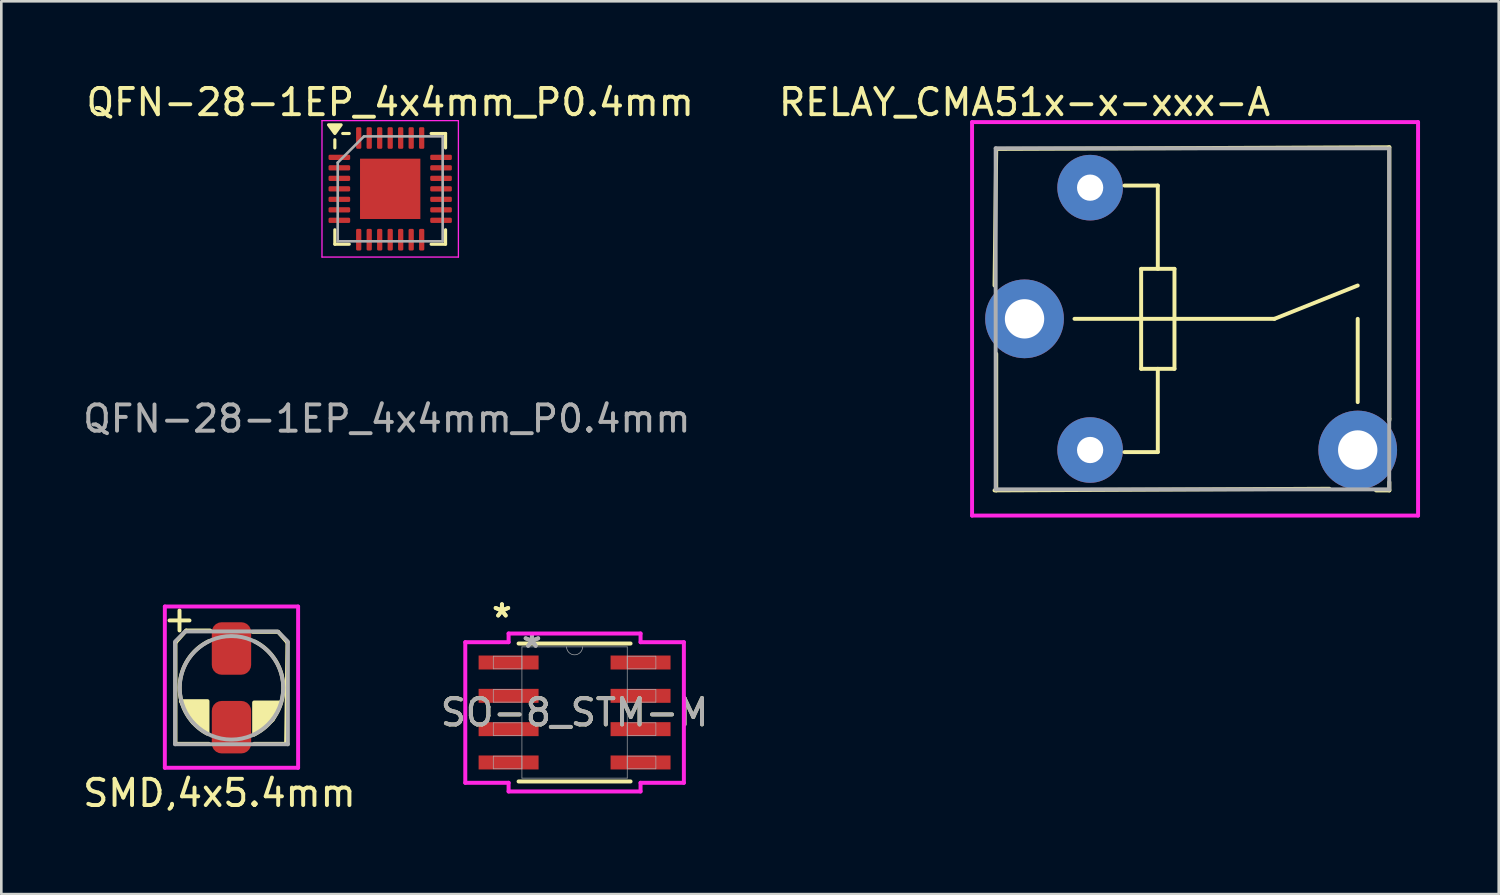
<source format=kicad_pcb>
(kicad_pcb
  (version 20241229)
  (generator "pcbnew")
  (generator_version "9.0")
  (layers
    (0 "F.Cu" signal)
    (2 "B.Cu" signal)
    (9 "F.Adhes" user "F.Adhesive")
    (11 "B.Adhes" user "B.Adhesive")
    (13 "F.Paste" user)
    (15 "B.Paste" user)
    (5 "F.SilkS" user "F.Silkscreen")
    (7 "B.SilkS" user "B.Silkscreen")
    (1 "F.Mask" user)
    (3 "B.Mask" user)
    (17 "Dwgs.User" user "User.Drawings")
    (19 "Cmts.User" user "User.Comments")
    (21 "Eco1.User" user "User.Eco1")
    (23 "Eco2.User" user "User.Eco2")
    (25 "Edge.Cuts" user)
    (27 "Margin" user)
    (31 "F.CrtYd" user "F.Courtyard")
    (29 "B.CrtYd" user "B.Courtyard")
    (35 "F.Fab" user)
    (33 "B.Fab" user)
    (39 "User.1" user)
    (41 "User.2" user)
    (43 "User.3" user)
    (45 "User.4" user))
  (footprint "SO-8_STM-M"
    (layer "F.Cu")
    (at 18.851 24.108)
    (property "Reference" "SO-8_STM-M" (at 0 0 0) (unlocked yes) (layer "F.SilkS") (effects (font (size 1 1) (thickness 0.15))))
    (attr smd)
    (fp_line (start -2.134 2.629) (end 2.134 2.629) (stroke (width 0.152) (type solid)) (layer "F.SilkS"))
    (fp_line (start 2.134 -2.629) (end -2.134 -2.629) (stroke (width 0.152) (type solid)) (layer "F.SilkS"))
    (fp_line (start -4.166 -2.68) (end -2.515 -2.68) (stroke (width 0.152) (type solid)) (layer "F.CrtYd"))
    (fp_line (start -4.166 2.68) (end -4.166 -2.68) (stroke (width 0.152) (type solid)) (layer "F.CrtYd"))
    (fp_line (start -4.166 2.68) (end -2.515 2.68) (stroke (width 0.152) (type solid)) (layer "F.CrtYd"))
    (fp_line (start -2.515 -3.01) (end 2.515 -3.01) (stroke (width 0.152) (type solid)) (layer "F.CrtYd"))
    (fp_line (start -2.515 -2.68) (end -2.515 -3.01) (stroke (width 0.152) (type solid)) (layer "F.CrtYd"))
    (fp_line (start -2.515 3.01) (end -2.515 2.68) (stroke (width 0.152) (type solid)) (layer "F.CrtYd"))
    (fp_line (start 2.515 -3.01) (end 2.515 -2.68) (stroke (width 0.152) (type solid)) (layer "F.CrtYd"))
    (fp_line (start 2.515 2.68) (end 2.515 3.01) (stroke (width 0.152) (type solid)) (layer "F.CrtYd"))
    (fp_line (start 2.515 3.01) (end -2.515 3.01) (stroke (width 0.152) (type solid)) (layer "F.CrtYd"))
    (fp_line (start 4.166 -2.68) (end 2.515 -2.68) (stroke (width 0.152) (type solid)) (layer "F.CrtYd"))
    (fp_line (start 4.166 -2.68) (end 4.166 2.68) (stroke (width 0.152) (type solid)) (layer "F.CrtYd"))
    (fp_line (start 4.166 2.68) (end 2.515 2.68) (stroke (width 0.152) (type solid)) (layer "F.CrtYd"))
    (fp_line (start -3.099 -2.146) (end -3.099 -1.664) (stroke (width 0.025) (type solid)) (layer "F.Fab"))
    (fp_line (start -3.099 -1.664) (end -2.007 -1.664) (stroke (width 0.025) (type solid)) (layer "F.Fab"))
    (fp_line (start -3.099 -0.876) (end -3.099 -0.394) (stroke (width 0.025) (type solid)) (layer "F.Fab"))
    (fp_line (start -3.099 -0.394) (end -2.007 -0.394) (stroke (width 0.025) (type solid)) (layer "F.Fab"))
    (fp_line (start -3.099 0.394) (end -3.099 0.876) (stroke (width 0.025) (type solid)) (layer "F.Fab"))
    (fp_line (start -3.099 0.876) (end -2.007 0.876) (stroke (width 0.025) (type solid)) (layer "F.Fab"))
    (fp_line (start -3.099 1.664) (end -3.099 2.146) (stroke (width 0.025) (type solid)) (layer "F.Fab"))
    (fp_line (start -3.099 2.146) (end -2.007 2.146) (stroke (width 0.025) (type solid)) (layer "F.Fab"))
    (fp_line (start -2.007 -2.502) (end -2.007 2.502) (stroke (width 0.025) (type solid)) (layer "F.Fab"))
    (fp_line (start -2.007 -2.146) (end -3.099 -2.146) (stroke (width 0.025) (type solid)) (layer "F.Fab"))
    (fp_line (start -2.007 -1.664) (end -2.007 -2.146) (stroke (width 0.025) (type solid)) (layer "F.Fab"))
    (fp_line (start -2.007 -0.876) (end -3.099 -0.876) (stroke (width 0.025) (type solid)) (layer "F.Fab"))
    (fp_line (start -2.007 -0.394) (end -2.007 -0.876) (stroke (width 0.025) (type solid)) (layer "F.Fab"))
    (fp_line (start -2.007 0.394) (end -3.099 0.394) (stroke (width 0.025) (type solid)) (layer "F.Fab"))
    (fp_line (start -2.007 0.876) (end -2.007 0.394) (stroke (width 0.025) (type solid)) (layer "F.Fab"))
    (fp_line (start -2.007 1.664) (end -3.099 1.664) (stroke (width 0.025) (type solid)) (layer "F.Fab"))
    (fp_line (start -2.007 2.146) (end -2.007 1.664) (stroke (width 0.025) (type solid)) (layer "F.Fab"))
    (fp_line (start -2.007 2.502) (end 2.007 2.502) (stroke (width 0.025) (type solid)) (layer "F.Fab"))
    (fp_line (start 2.007 -2.502) (end -2.007 -2.502) (stroke (width 0.025) (type solid)) (layer "F.Fab"))
    (fp_line (start 2.007 -2.146) (end 2.007 -1.664) (stroke (width 0.025) (type solid)) (layer "F.Fab"))
    (fp_line (start 2.007 -1.664) (end 3.099 -1.664) (stroke (width 0.025) (type solid)) (layer "F.Fab"))
    (fp_line (start 2.007 -0.876) (end 2.007 -0.394) (stroke (width 0.025) (type solid)) (layer "F.Fab"))
    (fp_line (start 2.007 -0.394) (end 3.099 -0.394) (stroke (width 0.025) (type solid)) (layer "F.Fab"))
    (fp_line (start 2.007 0.394) (end 2.007 0.876) (stroke (width 0.025) (type solid)) (layer "F.Fab"))
    (fp_line (start 2.007 0.876) (end 3.099 0.876) (stroke (width 0.025) (type solid)) (layer "F.Fab"))
    (fp_line (start 2.007 1.664) (end 2.007 2.146) (stroke (width 0.025) (type solid)) (layer "F.Fab"))
    (fp_line (start 2.007 2.146) (end 3.099 2.146) (stroke (width 0.025) (type solid)) (layer "F.Fab"))
    (fp_line (start 2.007 2.502) (end 2.007 -2.502) (stroke (width 0.025) (type solid)) (layer "F.Fab"))
    (fp_line (start 3.099 -2.146) (end 2.007 -2.146) (stroke (width 0.025) (type solid)) (layer "F.Fab"))
    (fp_line (start 3.099 -1.664) (end 3.099 -2.146) (stroke (width 0.025) (type solid)) (layer "F.Fab"))
    (fp_line (start 3.099 -0.876) (end 2.007 -0.876) (stroke (width 0.025) (type solid)) (layer "F.Fab"))
    (fp_line (start 3.099 -0.394) (end 3.099 -0.876) (stroke (width 0.025) (type solid)) (layer "F.Fab"))
    (fp_line (start 3.099 0.394) (end 2.007 0.394) (stroke (width 0.025) (type solid)) (layer "F.Fab"))
    (fp_line (start 3.099 0.876) (end 3.099 0.394) (stroke (width 0.025) (type solid)) (layer "F.Fab"))
    (fp_line (start 3.099 1.664) (end 2.007 1.664) (stroke (width 0.025) (type solid)) (layer "F.Fab"))
    (fp_line (start 3.099 2.146) (end 3.099 1.664) (stroke (width 0.025) (type solid)) (layer "F.Fab"))
    (fp_arc (start 0.3048 -2.5019) (mid 0 -2.1971) (end -0.3048 -2.5019) (stroke (width 0.0254) (type solid)) (layer "F.Fab"))
    (fp_text user "*" (at -2.769 -3.581 0) (unlocked yes) (layer "F.SilkS") (effects (font (size 1 1) (thickness 0.15))))
    (fp_text user "*" (at -2.769 -3.581 0) (layer "F.SilkS") (effects (font (size 1 1) (thickness 0.15))))
    (fp_text user "${REFERENCE}" (at 0 0 0) (unlocked yes) (layer "F.Fab") (effects (font (size 1 1) (thickness 0.15))))
    (fp_text user "*" (at -1.626 -2.426 0) (layer "F.Fab") (effects (font (size 1 1) (thickness 0.15))))
    (fp_text user "*" (at -1.626 -2.426 0) (unlocked yes) (layer "F.Fab") (effects (font (size 1 1) (thickness 0.15))))
    (pad "1" smd rect (at -2.515 -1.905) (size 2.286 0.533) (layers "F.Cu" "F.Mask" "F.Paste"))
    (pad "2" smd rect (at -2.515 -0.635) (size 2.286 0.533) (layers "F.Cu" "F.Mask" "F.Paste"))
    (pad "3" smd rect (at -2.515 0.635) (size 2.286 0.533) (layers "F.Cu" "F.Mask" "F.Paste"))
    (pad "4" smd rect (at -2.515 1.905) (size 2.286 0.533) (layers "F.Cu" "F.Mask" "F.Paste"))
    (pad "5" smd rect (at 2.515 1.905) (size 2.286 0.533) (layers "F.Cu" "F.Mask" "F.Paste"))
    (pad "6" smd rect (at 2.515 0.635) (size 2.286 0.533) (layers "F.Cu" "F.Mask" "F.Paste"))
    (pad "7" smd rect (at 2.515 -0.635) (size 2.286 0.533) (layers "F.Cu" "F.Mask" "F.Paste"))
    (pad "8" smd rect (at 2.515 -1.905) (size 2.286 0.533) (layers "F.Cu" "F.Mask" "F.Paste")))
  (footprint "QFN-28-1EP_4x4mm_P0.4mm"
    (layer "F.Cu")
    (at 11.823 4.148)
    (property "Reference" "QFN-28-1EP_4x4mm_P0.4mm" (at 0 -3.3 0) (layer "F.SilkS") (effects (font (size 1 1) (thickness 0.15))))
    (attr smd)
    (fp_line (start -2.11 -1.56) (end -2.11 -1.87) (stroke (width 0.12) (type solid)) (layer "F.SilkS"))
    (fp_line (start -2.11 2.11) (end -2.11 1.56) (stroke (width 0.12) (type solid)) (layer "F.SilkS"))
    (fp_line (start -1.56 -2.11) (end -1.81 -2.11) (stroke (width 0.12) (type solid)) (layer "F.SilkS"))
    (fp_line (start -1.56 2.11) (end -2.11 2.11) (stroke (width 0.12) (type solid)) (layer "F.SilkS"))
    (fp_line (start 1.56 -2.11) (end 2.11 -2.11) (stroke (width 0.12) (type solid)) (layer "F.SilkS"))
    (fp_line (start 1.56 2.11) (end 2.11 2.11) (stroke (width 0.12) (type solid)) (layer "F.SilkS"))
    (fp_line (start 2.11 -2.11) (end 2.11 -1.56) (stroke (width 0.12) (type solid)) (layer "F.SilkS"))
    (fp_line (start 2.11 2.11) (end 2.11 1.56) (stroke (width 0.12) (type solid)) (layer "F.SilkS"))
    (fp_poly (pts (xy -2.11 -2.11) (xy -2.35 -2.44) (xy -1.87 -2.44) (xy -2.11 -2.11)) (stroke (width 0.12) (type solid)) (fill yes) (layer "F.SilkS"))
    (fp_line (start -2.6 -2.6) (end -2.6 2.6) (stroke (width 0.05) (type solid)) (layer "F.CrtYd"))
    (fp_line (start -2.6 2.6) (end 2.6 2.6) (stroke (width 0.05) (type solid)) (layer "F.CrtYd"))
    (fp_line (start 2.6 -2.6) (end -2.6 -2.6) (stroke (width 0.05) (type solid)) (layer "F.CrtYd"))
    (fp_line (start 2.6 2.6) (end 2.6 -2.6) (stroke (width 0.05) (type solid)) (layer "F.CrtYd"))
    (fp_line (start -2 -1) (end -1 -2) (stroke (width 0.1) (type solid)) (layer "F.Fab"))
    (fp_line (start -2 2) (end -2 -1) (stroke (width 0.1) (type solid)) (layer "F.Fab"))
    (fp_line (start -1 -2) (end 2 -2) (stroke (width 0.1) (type solid)) (layer "F.Fab"))
    (fp_line (start 2 -2) (end 2 2) (stroke (width 0.1) (type solid)) (layer "F.Fab"))
    (fp_line (start 2 2) (end -2 2) (stroke (width 0.1) (type solid)) (layer "F.Fab"))
    (fp_text user "${REFERENCE}" (at -0.127 8.763 0) (layer "F.Fab") (effects (font (size 1 1) (thickness 0.15))))
    (pad "" smd roundrect (at -0.575 -0.575) (size 0.93 0.93) (layers "F.Paste") (roundrect_rratio 0.25))
    (pad "" smd roundrect (at -0.575 0.575) (size 0.93 0.93) (layers "F.Paste") (roundrect_rratio 0.25))
    (pad "" smd roundrect (at 0.575 -0.575) (size 0.93 0.93) (layers "F.Paste") (roundrect_rratio 0.25))
    (pad "" smd roundrect (at 0.575 0.575) (size 0.93 0.93) (layers "F.Paste") (roundrect_rratio 0.25))
    (pad "0" smd rect (at 0 0) (size 2.3 2.3) (property pad_prop_heatsink) (layers "F.Cu" "F.Mask"))
    (pad "1" smd roundrect (at -1.938 -1.2) (size 0.825 0.2) (layers "F.Cu" "F.Mask" "F.Paste") (roundrect_rratio 0.25))
    (pad "2" smd roundrect (at -1.938 -0.8) (size 0.825 0.2) (layers "F.Cu" "F.Mask" "F.Paste") (roundrect_rratio 0.25))
    (pad "3" smd roundrect (at -1.938 -0.4) (size 0.825 0.2) (layers "F.Cu" "F.Mask" "F.Paste") (roundrect_rratio 0.25))
    (pad "4" smd roundrect (at -1.938 0) (size 0.825 0.2) (layers "F.Cu" "F.Mask" "F.Paste") (roundrect_rratio 0.25))
    (pad "5" smd roundrect (at -1.938 0.4) (size 0.825 0.2) (layers "F.Cu" "F.Mask" "F.Paste") (roundrect_rratio 0.25))
    (pad "6" smd roundrect (at -1.938 0.8) (size 0.825 0.2) (layers "F.Cu" "F.Mask" "F.Paste") (roundrect_rratio 0.25))
    (pad "7" smd roundrect (at -1.938 1.2) (size 0.825 0.2) (layers "F.Cu" "F.Mask" "F.Paste") (roundrect_rratio 0.25))
    (pad "8" smd roundrect (at -1.2 1.938) (size 0.2 0.825) (layers "F.Cu" "F.Mask" "F.Paste") (roundrect_rratio 0.25))
    (pad "9" smd roundrect (at -0.8 1.938) (size 0.2 0.825) (layers "F.Cu" "F.Mask" "F.Paste") (roundrect_rratio 0.25))
    (pad "10" smd roundrect (at -0.4 1.938) (size 0.2 0.825) (layers "F.Cu" "F.Mask" "F.Paste") (roundrect_rratio 0.25))
    (pad "11" smd roundrect (at 0 1.938) (size 0.2 0.825) (layers "F.Cu" "F.Mask" "F.Paste") (roundrect_rratio 0.25))
    (pad "12" smd roundrect (at 0.4 1.938) (size 0.2 0.825) (layers "F.Cu" "F.Mask" "F.Paste") (roundrect_rratio 0.25))
    (pad "13" smd roundrect (at 0.8 1.938) (size 0.2 0.825) (layers "F.Cu" "F.Mask" "F.Paste") (roundrect_rratio 0.25))
    (pad "14" smd roundrect (at 1.2 1.938) (size 0.2 0.825) (layers "F.Cu" "F.Mask" "F.Paste") (roundrect_rratio 0.25))
    (pad "15" smd roundrect (at 1.938 1.2) (size 0.825 0.2) (layers "F.Cu" "F.Mask" "F.Paste") (roundrect_rratio 0.25))
    (pad "16" smd roundrect (at 1.938 0.8) (size 0.825 0.2) (layers "F.Cu" "F.Mask" "F.Paste") (roundrect_rratio 0.25))
    (pad "17" smd roundrect (at 1.938 0.4) (size 0.825 0.2) (layers "F.Cu" "F.Mask" "F.Paste") (roundrect_rratio 0.25))
    (pad "18" smd roundrect (at 1.938 0) (size 0.825 0.2) (layers "F.Cu" "F.Mask" "F.Paste") (roundrect_rratio 0.25))
    (pad "19" smd roundrect (at 1.938 -0.4) (size 0.825 0.2) (layers "F.Cu" "F.Mask" "F.Paste") (roundrect_rratio 0.25))
    (pad "20" smd roundrect (at 1.938 -0.8) (size 0.825 0.2) (layers "F.Cu" "F.Mask" "F.Paste") (roundrect_rratio 0.25))
    (pad "21" smd roundrect (at 1.938 -1.2) (size 0.825 0.2) (layers "F.Cu" "F.Mask" "F.Paste") (roundrect_rratio 0.25))
    (pad "22" smd roundrect (at 1.2 -1.938) (size 0.2 0.825) (layers "F.Cu" "F.Mask" "F.Paste") (roundrect_rratio 0.25))
    (pad "23" smd roundrect (at 0.8 -1.938) (size 0.2 0.825) (layers "F.Cu" "F.Mask" "F.Paste") (roundrect_rratio 0.25))
    (pad "24" smd roundrect (at 0.4 -1.938) (size 0.2 0.825) (layers "F.Cu" "F.Mask" "F.Paste") (roundrect_rratio 0.25))
    (pad "25" smd roundrect (at 0 -1.938) (size 0.2 0.825) (layers "F.Cu" "F.Mask" "F.Paste") (roundrect_rratio 0.25))
    (pad "26" smd roundrect (at -0.4 -1.938) (size 0.2 0.825) (layers "F.Cu" "F.Mask" "F.Paste") (roundrect_rratio 0.25))
    (pad "27" smd roundrect (at -0.8 -1.938) (size 0.2 0.825) (layers "F.Cu" "F.Mask" "F.Paste") (roundrect_rratio 0.25))
    (pad "28" smd roundrect (at -1.2 -1.938) (size 0.2 0.825) (layers "F.Cu" "F.Mask" "F.Paste") (roundrect_rratio 0.25)))
  (footprint "SMD,4x5.4mm"
    (layer "F.Cu")
    (at 5.773 23.168)
    (property "Reference" "SMD,4x5.4mm" (at -0.457 4.013 0) (layer "F.SilkS") (effects (font (size 1 1) (thickness 0.15))))
    (attr through_hole)
    (fp_line (start -2.134 -1.727) (end -2.134 2.134) (stroke (width 0.15) (type solid)) (layer "F.SilkS"))
    (fp_line (start -2.134 2.134) (end -0.864 2.134) (stroke (width 0.15) (type solid)) (layer "F.SilkS"))
    (fp_line (start -1.727 -2.184) (end -2.134 -1.727) (stroke (width 0.15) (type solid)) (layer "F.SilkS"))
    (fp_line (start -0.813 -2.184) (end -1.727 -2.184) (stroke (width 0.15) (type solid)) (layer "F.SilkS"))
    (fp_line (start 0.813 -2.134) (end 1.778 -2.134) (stroke (width 0.15) (type solid)) (layer "F.SilkS"))
    (fp_line (start 1.778 -2.134) (end 2.134 -1.727) (stroke (width 0.15) (type solid)) (layer "F.SilkS"))
    (fp_line (start 2.083 2.134) (end 0.864 2.134) (stroke (width 0.15) (type solid)) (layer "F.SilkS"))
    (fp_line (start 2.134 -1.727) (end 2.083 2.134) (stroke (width 0.15) (type solid)) (layer "F.SilkS"))
    (fp_arc (start -0.924843 1.746925) (mid -1.976336 -0.034338) (end -0.863599 -1.777999) (stroke (width 0.15) (type solid)) (layer "F.SilkS"))
    (fp_arc (start 0.883978 -1.767955) (mid 1.976601 0.01136) (end 0.863599 1.777999) (stroke (width 0.15) (type solid)) (layer "F.SilkS"))
    (fp_poly (pts (xy -0.914 1.727) (xy -0.914 0.508) (xy -1.93 0.508) (xy -1.473 1.321)) (stroke (width 0.15) (type solid)) (fill yes) (layer "F.SilkS"))
    (fp_poly (pts (xy 0.864 1.778) (xy 0.864 0.559) (xy 1.88 0.559) (xy 1.575 1.219)) (stroke (width 0.15) (type solid)) (fill yes) (layer "F.SilkS"))
    (fp_line (start -2.54 -3.099) (end 2.54 -3.099) (stroke (width 0.15) (type solid)) (layer "F.CrtYd"))
    (fp_line (start -2.54 3.048) (end -2.54 -3.099) (stroke (width 0.15) (type solid)) (layer "F.CrtYd"))
    (fp_line (start 2.54 -3.099) (end 2.54 3.048) (stroke (width 0.15) (type solid)) (layer "F.CrtYd"))
    (fp_line (start 2.54 3.048) (end -2.54 3.048) (stroke (width 0.15) (type solid)) (layer "F.CrtYd"))
    (fp_line (start -2.15 -1.75) (end -2.15 2.15) (stroke (width 0.15) (type solid)) (layer "F.Fab"))
    (fp_line (start -2.15 2.15) (end 2.15 2.15) (stroke (width 0.15) (type solid)) (layer "F.Fab"))
    (fp_line (start -2.134 -1.778) (end -1.778 -2.134) (stroke (width 0.15) (type solid)) (layer "F.Fab"))
    (fp_line (start -1.75 -2.15) (end 1.75 -2.15) (stroke (width 0.15) (type solid)) (layer "F.Fab"))
    (fp_line (start 2.134 -1.778) (end 1.778 -2.134) (stroke (width 0.15) (type solid)) (layer "F.Fab"))
    (fp_line (start 2.15 -1.75) (end 2.15 2.15) (stroke (width 0.15) (type solid)) (layer "F.Fab"))
    (fp_circle (center 0 0) (end 1.973 0) (stroke (width 0.15) (type solid)) (fill no) (layer "F.Fab"))
    (fp_text user "+" (at -1.981 -2.642 0) (layer "F.SilkS") (effects (font (size 1 1) (thickness 0.15))))
    (pad "1" smd roundrect (at 0 -1.5) (size 1.5 2) (layers "F.Cu" "F.Mask" "F.Paste") (roundrect_rratio 0.25))
    (pad "2" smd roundrect (at 0 1.5) (size 1.5 2) (layers "F.Cu" "F.Mask" "F.Paste") (roundrect_rratio 0.25)))
  (footprint "RELAY_CMA51x-x-xxx-A"
    (layer "F.Cu")
    (at 36.002 9.103)
    (property "Reference" "RELAY_CMA51x-x-xxx-A" (at 0 -8.255 0) (layer "F.SilkS") (effects (font (size 1 1) (thickness 0.15))))
    (attr through_hole)
    (fp_line (start -1.143 -1.27) (end -1.079 -6.477) (stroke (width 0.15) (type solid)) (layer "F.SilkS"))
    (fp_line (start -1.143 6.54) (end 11.62 6.477) (stroke (width 0.15) (type solid)) (layer "F.SilkS"))
    (fp_line (start -1.079 -6.477) (end 13.906 -6.54) (stroke (width 0.15) (type solid)) (layer "F.SilkS"))
    (fp_line (start -1.079 6.54) (end -1.079 1.333) (stroke (width 0.15) (type solid)) (layer "F.SilkS"))
    (fp_line (start 1.905 0) (end 9.525 0) (stroke (width 0.15) (type solid)) (layer "F.SilkS"))
    (fp_line (start 3.81 -5.08) (end 5.08 -5.08) (stroke (width 0.15) (type solid)) (layer "F.SilkS"))
    (fp_line (start 3.81 5.08) (end 5.08 5.08) (stroke (width 0.15) (type solid)) (layer "F.SilkS"))
    (fp_line (start 4.445 -1.905) (end 5.715 -1.905) (stroke (width 0.15) (type solid)) (layer "F.SilkS"))
    (fp_line (start 4.445 1.905) (end 4.445 -1.905) (stroke (width 0.15) (type solid)) (layer "F.SilkS"))
    (fp_line (start 5.08 -5.08) (end 5.08 -1.905) (stroke (width 0.15) (type solid)) (layer "F.SilkS"))
    (fp_line (start 5.08 5.08) (end 5.08 1.905) (stroke (width 0.15) (type solid)) (layer "F.SilkS"))
    (fp_line (start 5.715 -1.905) (end 5.715 1.905) (stroke (width 0.15) (type solid)) (layer "F.SilkS"))
    (fp_line (start 5.715 1.905) (end 4.445 1.905) (stroke (width 0.15) (type solid)) (layer "F.SilkS"))
    (fp_line (start 9.525 0) (end 12.7 -1.27) (stroke (width 0.15) (type solid)) (layer "F.SilkS"))
    (fp_line (start 12.7 3.175) (end 12.7 0) (stroke (width 0.15) (type solid)) (layer "F.SilkS"))
    (fp_line (start 13.906 -6.54) (end 13.906 3.81) (stroke (width 0.15) (type solid)) (layer "F.SilkS"))
    (fp_line (start 13.906 3.81) (end 13.906 3.873) (stroke (width 0.15) (type solid)) (layer "F.SilkS"))
    (fp_line (start 13.906 6.223) (end 13.906 6.54) (stroke (width 0.15) (type solid)) (layer "F.SilkS"))
    (fp_line (start 13.906 6.54) (end 13.399 6.54) (stroke (width 0.15) (type solid)) (layer "F.SilkS"))
    (fp_line (start -2 -7.5) (end -2 7.5) (stroke (width 0.15) (type solid)) (layer "F.CrtYd"))
    (fp_line (start -2 -7.5) (end 15 -7.5) (stroke (width 0.15) (type solid)) (layer "F.CrtYd"))
    (fp_line (start 15 -7.5) (end 15 7.5) (stroke (width 0.15) (type solid)) (layer "F.CrtYd"))
    (fp_line (start 15 7.5) (end -2 7.5) (stroke (width 0.15) (type solid)) (layer "F.CrtYd"))
    (fp_line (start -1.1 -6.5) (end -1.1 6.5) (stroke (width 0.15) (type solid)) (layer "F.Fab"))
    (fp_line (start -1.1 -6.5) (end 13.8 -6.5) (stroke (width 0.15) (type solid)) (layer "F.Fab"))
    (fp_line (start -1.1 6.5) (end 13.9 6.5) (stroke (width 0.15) (type solid)) (layer "F.Fab"))
    (fp_line (start 13.9 -6.5) (end 13.9 6.5) (stroke (width 0.15) (type solid)) (layer "F.Fab"))
    (pad "1" thru_hole circle (at 2.5 5) (size 2.5 2.5) (drill 1) (layers "*.Cu" "*.Mask"))
    (pad "2" thru_hole circle (at 2.5 -5) (size 2.5 2.5) (drill 1) (layers "*.Cu" "*.Mask"))
    (pad "3" thru_hole circle (at 0 0) (size 3 3) (drill 1.5) (layers "*.Cu" "*.Mask"))
    (pad "4" thru_hole circle (at 12.7 5) (size 3 3) (drill 1.5) (layers "*.Cu" "*.Mask")))
  (gr_rect
    (start -3 -3)
    (end 54.077 31.03)
    (stroke (width 0.1) (type default))
    (fill no)
    (layer "Edge.Cuts")))
</source>
